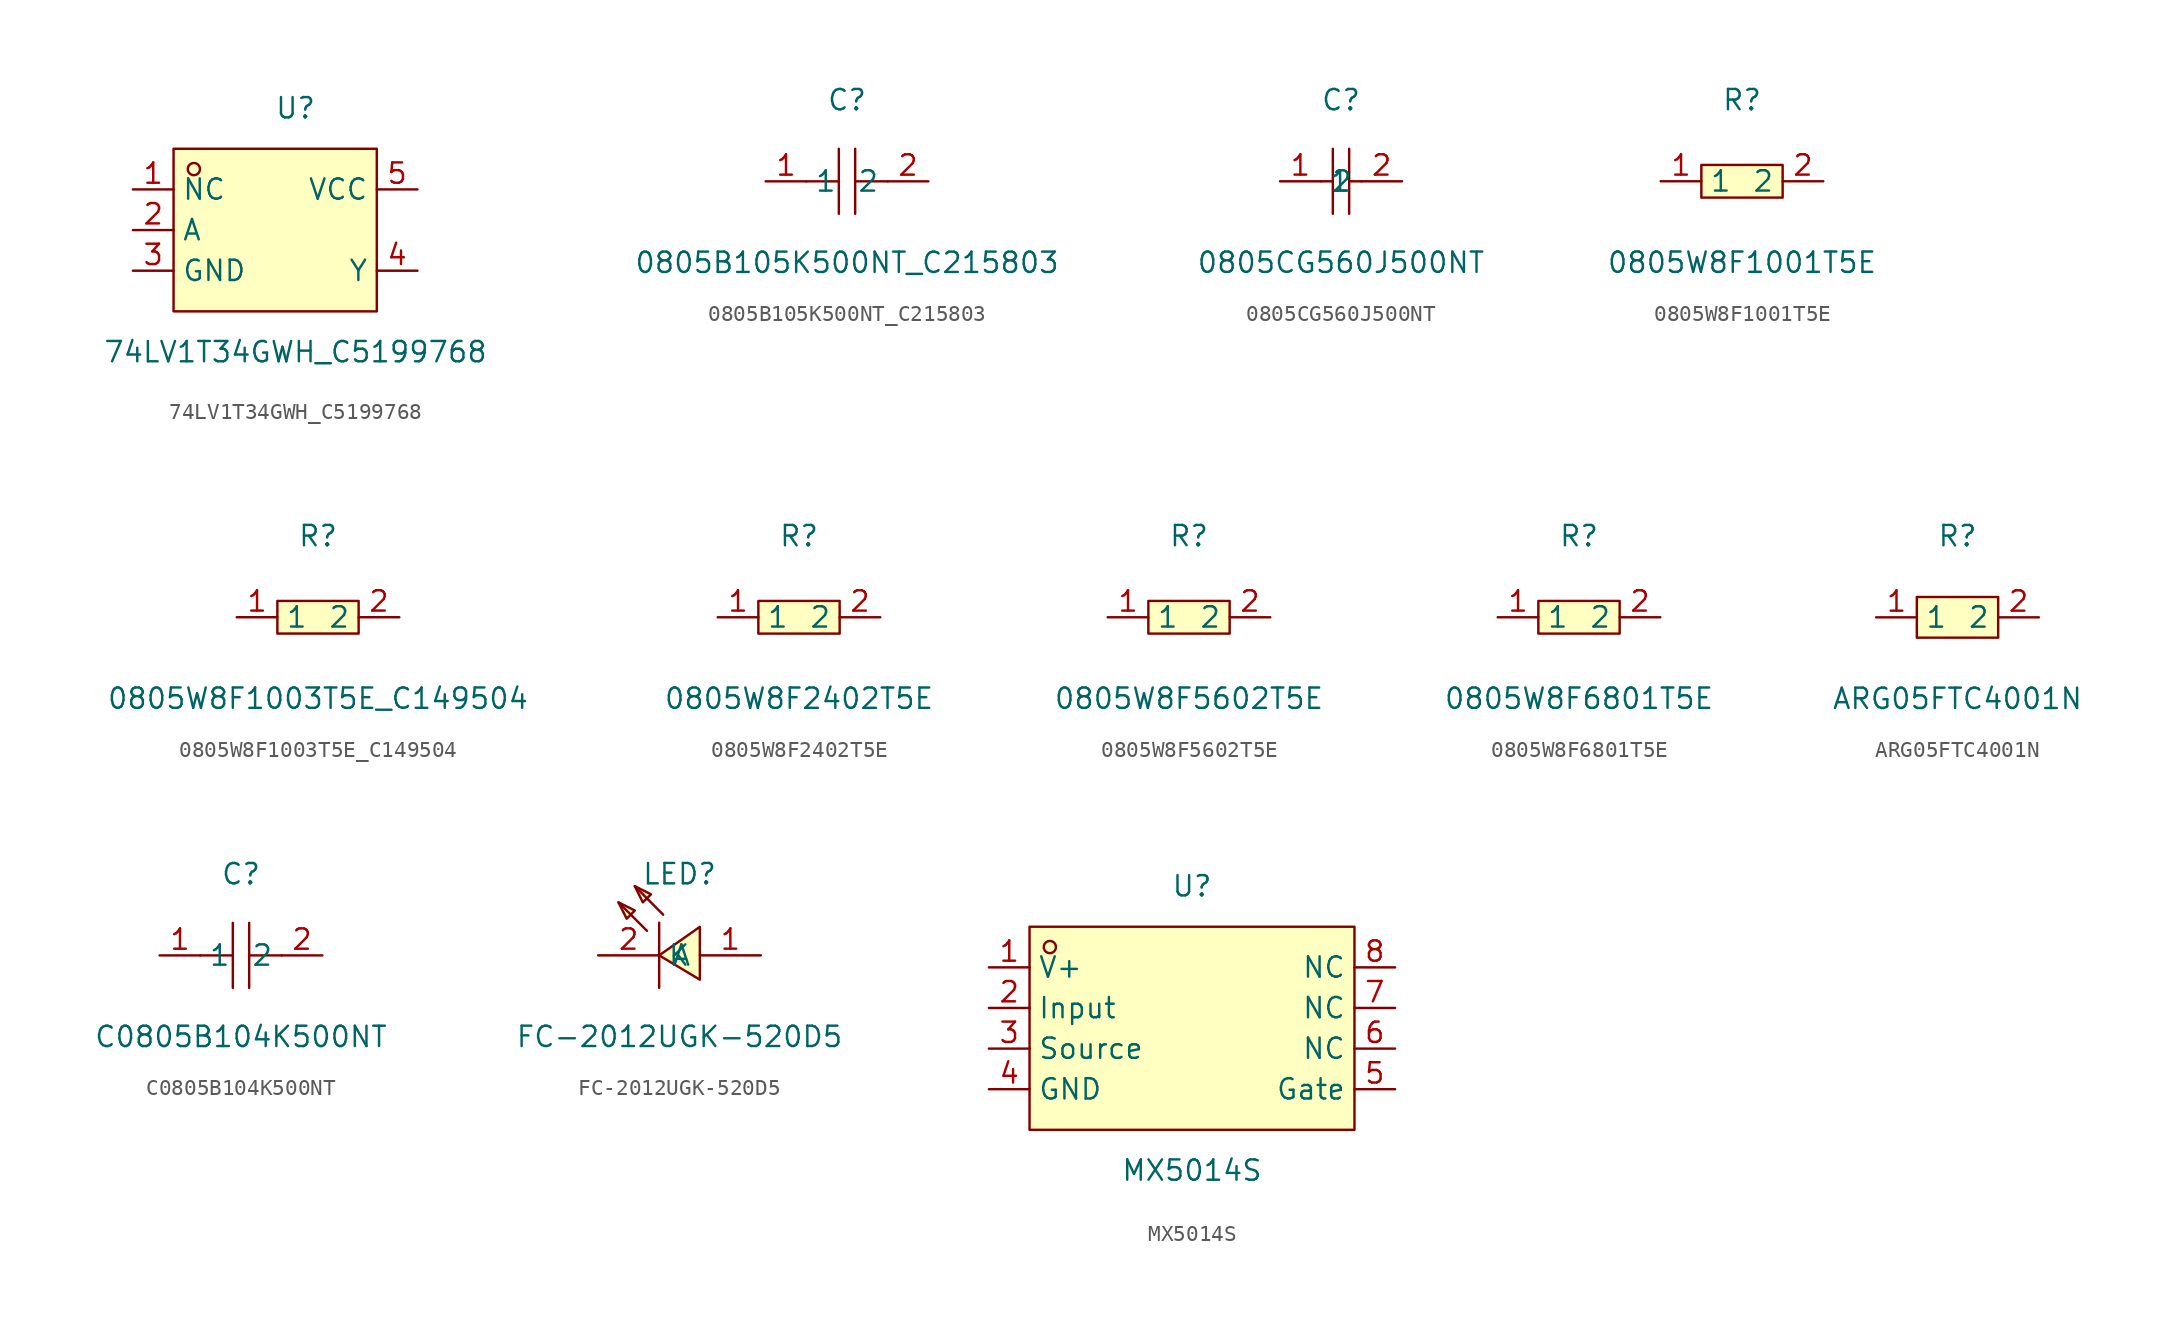
<source format=kicad_sym>
(kicad_symbol_lib
  (version 20211014)
  (generator https://github.com/uPesy/easyeda2kicad.py)
  (symbol "74LV1T34GWH_C5199768"
    (property "Reference" "U"
      (at 0 7.62 0)
      (effects (font (size 1.27 1.27))))
    (property "Value" "74LV1T34GWH_C5199768"
      (at 0 -7.62 0)
      (effects (font (size 1.27 1.27))))
    (symbol "74LV1T34GWH_C5199768_0_1"
      (rectangle (start -7.62 5.08) (end 5.08 -5.08) (stroke (width 0) (type default) (color 0 0 0 0)) (fill (type background)))
      (circle (center -6.35 3.81) (radius 0.38) (stroke (width 0) (type default) (color 0 0 0 0)) (fill (type none)))
      (pin unspecified line (at -10.16 2.54 0) (length 2.54) (name "NC" (effects (font (size 1.27 1.27)))) (number "1" (effects (font (size 1.27 1.27)))))
      (pin unspecified line (at -10.16 -0.00 0) (length 2.54) (name "A" (effects (font (size 1.27 1.27)))) (number "2" (effects (font (size 1.27 1.27)))))
      (pin unspecified line (at -10.16 -2.54 0) (length 2.54) (name "GND" (effects (font (size 1.27 1.27)))) (number "3" (effects (font (size 1.27 1.27)))))
      (pin unspecified line (at 7.62 -2.54 180) (length 2.54) (name "Y" (effects (font (size 1.27 1.27)))) (number "4" (effects (font (size 1.27 1.27)))))
      (pin unspecified line (at 7.62 2.54 180) (length 2.54) (name "VCC" (effects (font (size 1.27 1.27)))) (number "5" (effects (font (size 1.27 1.27)))))))
  (symbol "0805B105K500NT_C215803"
    (property "Reference" "C"
      (at 0 5.08 0)
      (effects (font (size 1.27 1.27))))
    (property "Value" "0805B105K500NT_C215803"
      (at 0 -5.08 0)
      (effects (font (size 1.27 1.27))))
    (symbol "0805B105K500NT_C215803_0_1"
      (polyline (pts (xy -0.51 -0.00) (xy -2.54 -0.00)) (stroke (width 0) (type default) (color 0 0 0 0)) (fill (type none)))
      (polyline (pts (xy 0.51 2.03) (xy 0.51 -2.03)) (stroke (width 0) (type default) (color 0 0 0 0)) (fill (type none)))
      (polyline (pts (xy 2.54 -0.00) (xy 0.51 -0.00)) (stroke (width 0) (type default) (color 0 0 0 0)) (fill (type none)))
      (polyline (pts (xy -0.51 -2.03) (xy -0.51 2.03)) (stroke (width 0) (type default) (color 0 0 0 0)) (fill (type none)))
      (pin unspecified line (at 5.08 -0.00 180) (length 2.54) (name "2" (effects (font (size 1.27 1.27)))) (number "2" (effects (font (size 1.27 1.27)))))
      (pin unspecified line (at -5.08 -0.00 0) (length 2.54) (name "1" (effects (font (size 1.27 1.27)))) (number "1" (effects (font (size 1.27 1.27)))))))
  (symbol "0805CG560J500NT"
    (property "Reference" "C"
      (at 0 5.08 0)
      (effects (font (size 1.27 1.27))))
    (property "Value" "0805CG560J500NT"
      (at 0 -5.08 0)
      (effects (font (size 1.27 1.27))))
    (symbol "0805CG560J500NT_0_1"
      (polyline (pts (xy -0.51 2.03) (xy -0.51 -2.03)) (stroke (width 0) (type default) (color 0 0 0 0)) (fill (type none)))
      (polyline (pts (xy 0.51 2.03) (xy 0.51 -2.03)) (stroke (width 0) (type default) (color 0 0 0 0)) (fill (type none)))
      (polyline (pts (xy -1.27 -0.00) (xy -0.51 -0.00)) (stroke (width 0) (type default) (color 0 0 0 0)) (fill (type none)))
      (polyline (pts (xy 0.51 -0.00) (xy 1.27 -0.00)) (stroke (width 0) (type default) (color 0 0 0 0)) (fill (type none)))
      (pin input line (at -3.81 -0.00 0) (length 2.54) (name "1" (effects (font (size 1.27 1.27)))) (number "1" (effects (font (size 1.27 1.27)))))
      (pin input line (at 3.81 -0.00 180) (length 2.54) (name "2" (effects (font (size 1.27 1.27)))) (number "2" (effects (font (size 1.27 1.27)))))))
  (symbol "0805W8F1001T5E"
    (property "Reference" "R"
      (at 0 5.08 0)
      (effects (font (size 1.27 1.27))))
    (property "Value" "0805W8F1001T5E"
      (at 0 -5.08 0)
      (effects (font (size 1.27 1.27))))
    (symbol "0805W8F1001T5E_0_1"
      (rectangle (start -2.54 1.02) (end 2.54 -1.02) (stroke (width 0) (type default) (color 0 0 0 0)) (fill (type background)))
      (pin input line (at 5.08 -0.00 180) (length 2.54) (name "2" (effects (font (size 1.27 1.27)))) (number "2" (effects (font (size 1.27 1.27)))))
      (pin input line (at -5.08 -0.00 0) (length 2.54) (name "1" (effects (font (size 1.27 1.27)))) (number "1" (effects (font (size 1.27 1.27)))))))
  (symbol "0805W8F1003T5E_C149504"
    (property "Reference" "R"
      (at 0 5.08 0)
      (effects (font (size 1.27 1.27))))
    (property "Value" "0805W8F1003T5E_C149504"
      (at 0 -5.08 0)
      (effects (font (size 1.27 1.27))))
    (symbol "0805W8F1003T5E_C149504_0_1"
      (rectangle (start -2.54 1.02) (end 2.54 -1.02) (stroke (width 0) (type default) (color 0 0 0 0)) (fill (type background)))
      (pin unspecified line (at 5.08 -0.00 180) (length 2.54) (name "2" (effects (font (size 1.27 1.27)))) (number "2" (effects (font (size 1.27 1.27)))))
      (pin unspecified line (at -5.08 -0.00 0) (length 2.54) (name "1" (effects (font (size 1.27 1.27)))) (number "1" (effects (font (size 1.27 1.27)))))))
  (symbol "0805W8F2402T5E"
    (property "Reference" "R"
      (at 0 5.08 0)
      (effects (font (size 1.27 1.27))))
    (property "Value" "0805W8F2402T5E"
      (at 0 -5.08 0)
      (effects (font (size 1.27 1.27))))
    (symbol "0805W8F2402T5E_0_1"
      (rectangle (start -2.54 1.02) (end 2.54 -1.02) (stroke (width 0) (type default) (color 0 0 0 0)) (fill (type background)))
      (pin input line (at 5.08 -0.00 180) (length 2.54) (name "2" (effects (font (size 1.27 1.27)))) (number "2" (effects (font (size 1.27 1.27)))))
      (pin input line (at -5.08 -0.00 0) (length 2.54) (name "1" (effects (font (size 1.27 1.27)))) (number "1" (effects (font (size 1.27 1.27)))))))
  (symbol "0805W8F5602T5E"
    (property "Reference" "R"
      (at 0 5.08 0)
      (effects (font (size 1.27 1.27))))
    (property "Value" "0805W8F5602T5E"
      (at 0 -5.08 0)
      (effects (font (size 1.27 1.27))))
    (symbol "0805W8F5602T5E_0_1"
      (rectangle (start -2.54 1.02) (end 2.54 -1.02) (stroke (width 0) (type default) (color 0 0 0 0)) (fill (type background)))
      (pin input line (at 5.08 -0.00 180) (length 2.54) (name "2" (effects (font (size 1.27 1.27)))) (number "2" (effects (font (size 1.27 1.27)))))
      (pin input line (at -5.08 -0.00 0) (length 2.54) (name "1" (effects (font (size 1.27 1.27)))) (number "1" (effects (font (size 1.27 1.27)))))))
  (symbol "0805W8F6801T5E"
    (property "Reference" "R"
      (at 0 5.08 0)
      (effects (font (size 1.27 1.27))))
    (property "Value" "0805W8F6801T5E"
      (at 0 -5.08 0)
      (effects (font (size 1.27 1.27))))
    (symbol "0805W8F6801T5E_0_1"
      (rectangle (start -2.54 1.02) (end 2.54 -1.02) (stroke (width 0) (type default) (color 0 0 0 0)) (fill (type background)))
      (pin input line (at 5.08 -0.00 180) (length 2.54) (name "2" (effects (font (size 1.27 1.27)))) (number "2" (effects (font (size 1.27 1.27)))))
      (pin input line (at -5.08 -0.00 0) (length 2.54) (name "1" (effects (font (size 1.27 1.27)))) (number "1" (effects (font (size 1.27 1.27)))))))
  (symbol "ARG05FTC4001N"
    (property "Reference" "R"
      (at 0 5.08 0)
      (effects (font (size 1.27 1.27))))
    (property "Value" "ARG05FTC4001N"
      (at 0 -5.08 0)
      (effects (font (size 1.27 1.27))))
    (symbol "ARG05FTC4001N_0_1"
      (rectangle (start -2.54 1.27) (end 2.54 -1.27) (stroke (width 0) (type default) (color 0 0 0 0)) (fill (type background)))
      (pin unspecified line (at 5.08 -0.00 180) (length 2.54) (name "2" (effects (font (size 1.27 1.27)))) (number "2" (effects (font (size 1.27 1.27)))))
      (pin unspecified line (at -5.08 -0.00 0) (length 2.54) (name "1" (effects (font (size 1.27 1.27)))) (number "1" (effects (font (size 1.27 1.27)))))))
  (symbol "C0805B104K500NT"
    (property "Reference" "C"
      (at 0 5.08 0)
      (effects (font (size 1.27 1.27))))
    (property "Value" "C0805B104K500NT"
      (at 0 -5.08 0)
      (effects (font (size 1.27 1.27))))
    (symbol "C0805B104K500NT_0_1"
      (polyline (pts (xy -0.51 -0.00) (xy -2.54 -0.00)) (stroke (width 0) (type default) (color 0 0 0 0)) (fill (type none)))
      (polyline (pts (xy 0.51 2.03) (xy 0.51 -2.03)) (stroke (width 0) (type default) (color 0 0 0 0)) (fill (type none)))
      (polyline (pts (xy 2.54 -0.00) (xy 0.51 -0.00)) (stroke (width 0) (type default) (color 0 0 0 0)) (fill (type none)))
      (polyline (pts (xy -0.51 -2.03) (xy -0.51 2.03)) (stroke (width 0) (type default) (color 0 0 0 0)) (fill (type none)))
      (pin unspecified line (at 5.08 -0.00 180) (length 2.54) (name "2" (effects (font (size 1.27 1.27)))) (number "2" (effects (font (size 1.27 1.27)))))
      (pin unspecified line (at -5.08 -0.00 0) (length 2.54) (name "1" (effects (font (size 1.27 1.27)))) (number "1" (effects (font (size 1.27 1.27)))))))
  (symbol "FC-2012UGK-520D5"
    (property "Reference" "LED"
      (at 0 4.06 0)
      (effects (font (size 1.27 1.27))))
    (property "Value" "FC-2012UGK-520D5"
      (at 0 -6.10 0)
      (effects (font (size 1.27 1.27))))
    (symbol "FC-2012UGK-520D5_0_1"
      (polyline (pts (xy -3.81 2.29) (xy -2.79 1.78) (xy -3.30 1.27) (xy -3.81 2.29)) (stroke (width 0) (type default) (color 0 0 0 0)) (fill (type background)))
      (polyline (pts (xy -2.79 3.30) (xy -1.78 2.79) (xy -2.29 2.29) (xy -2.79 3.30)) (stroke (width 0) (type default) (color 0 0 0 0)) (fill (type background)))
      (polyline (pts (xy 1.27 -2.54) (xy -1.27 -1.02) (xy 1.27 0.76) (xy 1.27 -2.54)) (stroke (width 0) (type default) (color 0 0 0 0)) (fill (type background)))
      (polyline (pts (xy -2.03 0.51) (xy -3.81 2.29)) (stroke (width 0) (type default) (color 0 0 0 0)) (fill (type none)))
      (polyline (pts (xy -1.02 1.52) (xy -2.79 3.30)) (stroke (width 0) (type default) (color 0 0 0 0)) (fill (type none)))
      (polyline (pts (xy -1.27 1.02) (xy -1.27 -3.05)) (stroke (width 0) (type default) (color 0 0 0 0)) (fill (type none)))
      (pin unspecified line (at -5.08 -1.02 0) (length 3.81) (name "K" (effects (font (size 1.27 1.27)))) (number "2" (effects (font (size 1.27 1.27)))))
      (pin unspecified line (at 5.08 -1.02 180) (length 3.81) (name "A" (effects (font (size 1.27 1.27)))) (number "1" (effects (font (size 1.27 1.27)))))))
  (symbol "MX5014S"
    (property "Reference" "U"
      (at 0 8.89 0)
      (effects (font (size 1.27 1.27))))
    (property "Value" "MX5014S"
      (at 0 -8.89 0)
      (effects (font (size 1.27 1.27))))
    (symbol "MX5014S_0_1"
      (rectangle (start -10.16 6.35) (end 10.16 -6.35) (stroke (width 0) (type default) (color 0 0 0 0)) (fill (type background)))
      (circle (center -8.89 5.08) (radius 0.38) (stroke (width 0) (type default) (color 0 0 0 0)) (fill (type none)))
      (pin unspecified line (at -12.70 3.81 0) (length 2.54) (name "V+" (effects (font (size 1.27 1.27)))) (number "1" (effects (font (size 1.27 1.27)))))
      (pin unspecified line (at -12.70 1.27 0) (length 2.54) (name "Input" (effects (font (size 1.27 1.27)))) (number "2" (effects (font (size 1.27 1.27)))))
      (pin unspecified line (at -12.70 -1.27 0) (length 2.54) (name "Source" (effects (font (size 1.27 1.27)))) (number "3" (effects (font (size 1.27 1.27)))))
      (pin unspecified line (at -12.70 -3.81 0) (length 2.54) (name "GND" (effects (font (size 1.27 1.27)))) (number "4" (effects (font (size 1.27 1.27)))))
      (pin unspecified line (at 12.70 -3.81 180) (length 2.54) (name "Gate" (effects (font (size 1.27 1.27)))) (number "5" (effects (font (size 1.27 1.27)))))
      (pin unspecified line (at 12.70 -1.27 180) (length 2.54) (name "NC" (effects (font (size 1.27 1.27)))) (number "6" (effects (font (size 1.27 1.27)))))
      (pin unspecified line (at 12.70 1.27 180) (length 2.54) (name "NC" (effects (font (size 1.27 1.27)))) (number "7" (effects (font (size 1.27 1.27)))))
      (pin unspecified line (at 12.70 3.81 180) (length 2.54) (name "NC" (effects (font (size 1.27 1.27)))) (number "8" (effects (font (size 1.27 1.27))))))))
</source>
